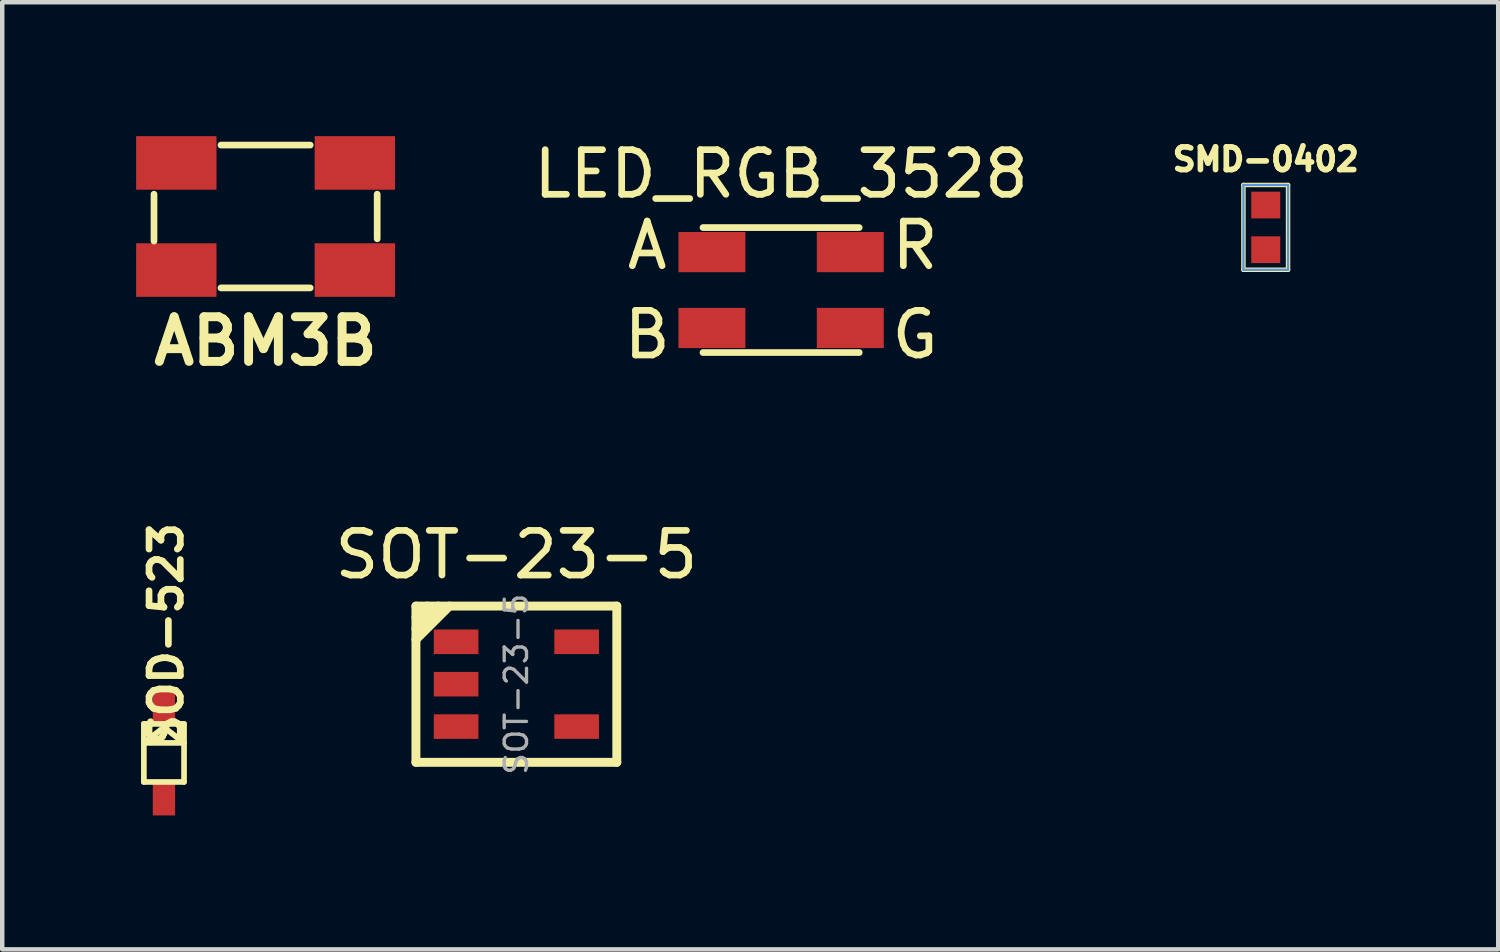
<source format=kicad_pcb>
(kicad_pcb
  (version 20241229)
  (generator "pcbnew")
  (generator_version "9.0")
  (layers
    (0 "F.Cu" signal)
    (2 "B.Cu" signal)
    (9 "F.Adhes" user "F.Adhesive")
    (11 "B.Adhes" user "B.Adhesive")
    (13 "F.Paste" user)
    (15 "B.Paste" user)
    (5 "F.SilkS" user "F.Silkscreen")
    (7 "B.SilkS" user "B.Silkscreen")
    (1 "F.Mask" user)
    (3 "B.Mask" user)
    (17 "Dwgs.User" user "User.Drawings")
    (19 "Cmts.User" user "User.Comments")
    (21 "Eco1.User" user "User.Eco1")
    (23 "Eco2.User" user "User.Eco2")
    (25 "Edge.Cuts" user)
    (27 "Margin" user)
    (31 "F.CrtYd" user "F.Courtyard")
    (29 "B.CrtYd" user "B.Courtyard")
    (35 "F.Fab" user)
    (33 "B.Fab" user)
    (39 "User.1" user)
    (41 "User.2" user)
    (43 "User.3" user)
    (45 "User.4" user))
  (footprint "ABM3B"
    (layer "F.Cu")
    (at 2.9 1.8)
    (property "Reference" "ABM3B" (at 0 2.794 0) (layer "F.SilkS") (effects (font (size 1 1) (thickness 0.2))))
    (attr through_hole)
    (fp_line (start -2.5 0.55) (end -2.5 -0.5) (stroke (width 0.15) (type solid)) (layer "F.SilkS"))
    (fp_line (start -1 -1.6) (end 1 -1.6) (stroke (width 0.15) (type solid)) (layer "F.SilkS"))
    (fp_line (start -1 1.6) (end 1 1.6) (stroke (width 0.15) (type solid)) (layer "F.SilkS"))
    (fp_line (start 2.5 -0.5) (end 2.5 0.5) (stroke (width 0.15) (type solid)) (layer "F.SilkS"))
    (pad "1" smd rect (at -2 1.2) (size 1.8 1.2) (layers "F.Cu" "F.Mask" "F.Paste"))
    (pad "2" smd rect (at 2 1.2) (size 1.8 1.2) (layers "F.Cu" "F.Mask" "F.Paste"))
    (pad "3" smd rect (at 2 -1.2) (size 1.8 1.2) (layers "F.Cu" "F.Mask" "F.Paste"))
    (pad "4" smd rect (at -2 -1.2) (size 1.8 1.2) (layers "F.Cu" "F.Mask" "F.Paste")))
  (footprint "SOT-23-5"
    (layer "F.Cu")
    (at 8.518 12.278)
    (property "Reference" "SOT-23-5" (at 0 -2.9 0) (layer "F.SilkS") (effects (font (size 1 1) (thickness 0.15))))
    (attr smd)
    (fp_line (start -2.25 -1.75) (end 2.25 -1.75) (stroke (width 0.2) (type solid)) (layer "F.SilkS"))
    (fp_line (start -2.25 -1.5) (end -2 -1.75) (stroke (width 0.2) (type solid)) (layer "F.SilkS"))
    (fp_line (start -2.25 -1.25) (end -1.75 -1.75) (stroke (width 0.2) (type solid)) (layer "F.SilkS"))
    (fp_line (start -2.25 -1) (end -1.5 -1.75) (stroke (width 0.2) (type solid)) (layer "F.SilkS"))
    (fp_line (start -2.25 1.75) (end -2.25 -1.75) (stroke (width 0.2) (type solid)) (layer "F.SilkS"))
    (fp_line (start 2.25 -1.75) (end 2.25 1.75) (stroke (width 0.2) (type solid)) (layer "F.SilkS"))
    (fp_line (start 2.25 1.75) (end -2.25 1.75) (stroke (width 0.2) (type solid)) (layer "F.SilkS"))
    (fp_text user "${REFERENCE}" (at 0 0 90) (layer "F.Fab") (effects (font (size 0.5 0.5) (thickness 0.075))))
    (pad "1" smd rect (at -1.35 -0.95) (size 1 0.55) (layers "F.Cu" "F.Mask" "F.Paste"))
    (pad "2" smd rect (at -1.35 0) (size 1 0.55) (layers "F.Cu" "F.Mask" "F.Paste"))
    (pad "3" smd rect (at -1.35 0.95) (size 1 0.55) (layers "F.Cu" "F.Mask" "F.Paste"))
    (pad "4" smd rect (at 1.35 0.95) (size 1 0.55) (layers "F.Cu" "F.Mask" "F.Paste"))
    (pad "5" smd rect (at 1.35 -0.95) (size 1 0.55) (layers "F.Cu" "F.Mask" "F.Paste")))
  (footprint "SOD-523"
    (layer "F.Cu")
    (at 0.623 13.818)
    (property "Reference" "SOD-523" (at 0.05 -2.65 90) (layer "F.SilkS") (effects (font (size 0.7 0.7) (thickness 0.15))))
    (attr smd)
    (fp_line (start -0.45 -0.65) (end -0.45 0.65) (stroke (width 0.127) (type solid)) (layer "F.SilkS"))
    (fp_line (start -0.45 -0.225) (end 0.45 -0.225) (stroke (width 0.127) (type solid)) (layer "F.SilkS"))
    (fp_line (start -0.45 0.65) (end 0.45 0.65) (stroke (width 0.127) (type solid)) (layer "F.SilkS"))
    (fp_line (start 0 -0.575) (end -0.45 -0.225) (stroke (width 0.127) (type solid)) (layer "F.SilkS"))
    (fp_line (start 0.45 -0.65) (end -0.45 -0.65) (stroke (width 0.127) (type solid)) (layer "F.SilkS"))
    (fp_line (start 0.45 -0.225) (end 0 -0.575) (stroke (width 0.127) (type solid)) (layer "F.SilkS"))
    (fp_line (start 0.45 0.65) (end 0.45 -0.65) (stroke (width 0.127) (type solid)) (layer "F.SilkS"))
    (pad "1" smd rect (at 0 1) (size 0.5 0.8) (layers "F.Cu" "F.Mask" "F.Paste"))
    (pad "2" smd rect (at 0 -1) (size 0.5 0.8) (layers "F.Cu" "F.Mask" "F.Paste")))
  (footprint "LED_RGB_3528"
    (layer "F.Cu")
    (at 14.449 3.448)
    (property "Reference" "LED_RGB_3528" (at 0 -2.6 0) (layer "F.SilkS") (effects (font (size 1 1) (thickness 0.15))))
    (attr smd)
    (fp_line (start -1.75 -1.4) (end 1.75 -1.4) (stroke (width 0.15) (type solid)) (layer "F.SilkS"))
    (fp_line (start 1.75 1.4) (end -1.75 1.4) (stroke (width 0.15) (type solid)) (layer "F.SilkS"))
    (fp_text user "B" (at -3 1 0) (layer "F.SilkS") (effects (font (size 1 1) (thickness 0.15))))
    (fp_text user "G" (at 3 1 0) (layer "F.SilkS") (effects (font (size 1 1) (thickness 0.15))))
    (fp_text user "R" (at 3 -1 0) (layer "F.SilkS") (effects (font (size 1 1) (thickness 0.15))))
    (fp_text user "A" (at -3 -1 0) (layer "F.SilkS") (effects (font (size 1 1) (thickness 0.15))))
    (pad "1" smd rect (at -1.55 -0.85) (size 1.5 0.9) (layers "F.Cu" "F.Mask" "F.Paste"))
    (pad "2" smd rect (at 1.55 -0.85) (size 1.5 0.9) (layers "F.Cu" "F.Mask" "F.Paste"))
    (pad "3" smd rect (at 1.55 0.85) (size 1.5 0.9) (layers "F.Cu" "F.Mask" "F.Paste"))
    (pad "4" smd rect (at -1.55 0.85) (size 1.5 0.9) (layers "F.Cu" "F.Mask" "F.Paste")))
  (footprint "SMD-0402"
    (layer "F.Cu")
    (at 25.306 2.044)
    (property "Reference" "SMD-0402" (at 0 -1.524 0) (layer "F.SilkS") (effects (font (size 0.508 0.508) (thickness 0.127))))
    (attr through_hole)
    (fp_line (start -0.5 -0.95) (end 0.5 -0.95) (stroke (width 0.1) (type solid)) (layer "F.SilkS"))
    (fp_line (start -0.5 0.95) (end -0.5 -0.95) (stroke (width 0.1) (type solid)) (layer "F.SilkS"))
    (fp_line (start 0.5 -0.95) (end 0.5 0.95) (stroke (width 0.1) (type solid)) (layer "F.SilkS"))
    (fp_line (start 0.5 0.95) (end -0.5 0.95) (stroke (width 0.1) (type solid)) (layer "F.SilkS"))
    (fp_line (start -0.5 -0.95) (end 0.5 -0.95) (stroke (width 0.05) (type solid)) (layer "Cmts.User"))
    (fp_line (start -0.5 0.95) (end -0.5 -0.95) (stroke (width 0.05) (type solid)) (layer "Cmts.User"))
    (fp_line (start 0.5 -0.95) (end 0.5 0.95) (stroke (width 0.05) (type solid)) (layer "Cmts.User"))
    (fp_line (start 0.5 0.95) (end -0.5 0.95) (stroke (width 0.05) (type solid)) (layer "Cmts.User"))
    (pad "1" smd rect (at 0 -0.5) (size 0.65 0.6) (layers "F.Cu" "F.Mask" "F.Paste"))
    (pad "2" smd rect (at 0 0.5) (size 0.65 0.6) (layers "F.Cu" "F.Mask" "F.Paste")))
  (gr_rect
    (start -3 -3)
    (end 30.514 18.218)
    (stroke (width 0.1) (type default))
    (fill no)
    (layer "Edge.Cuts")))
</source>
